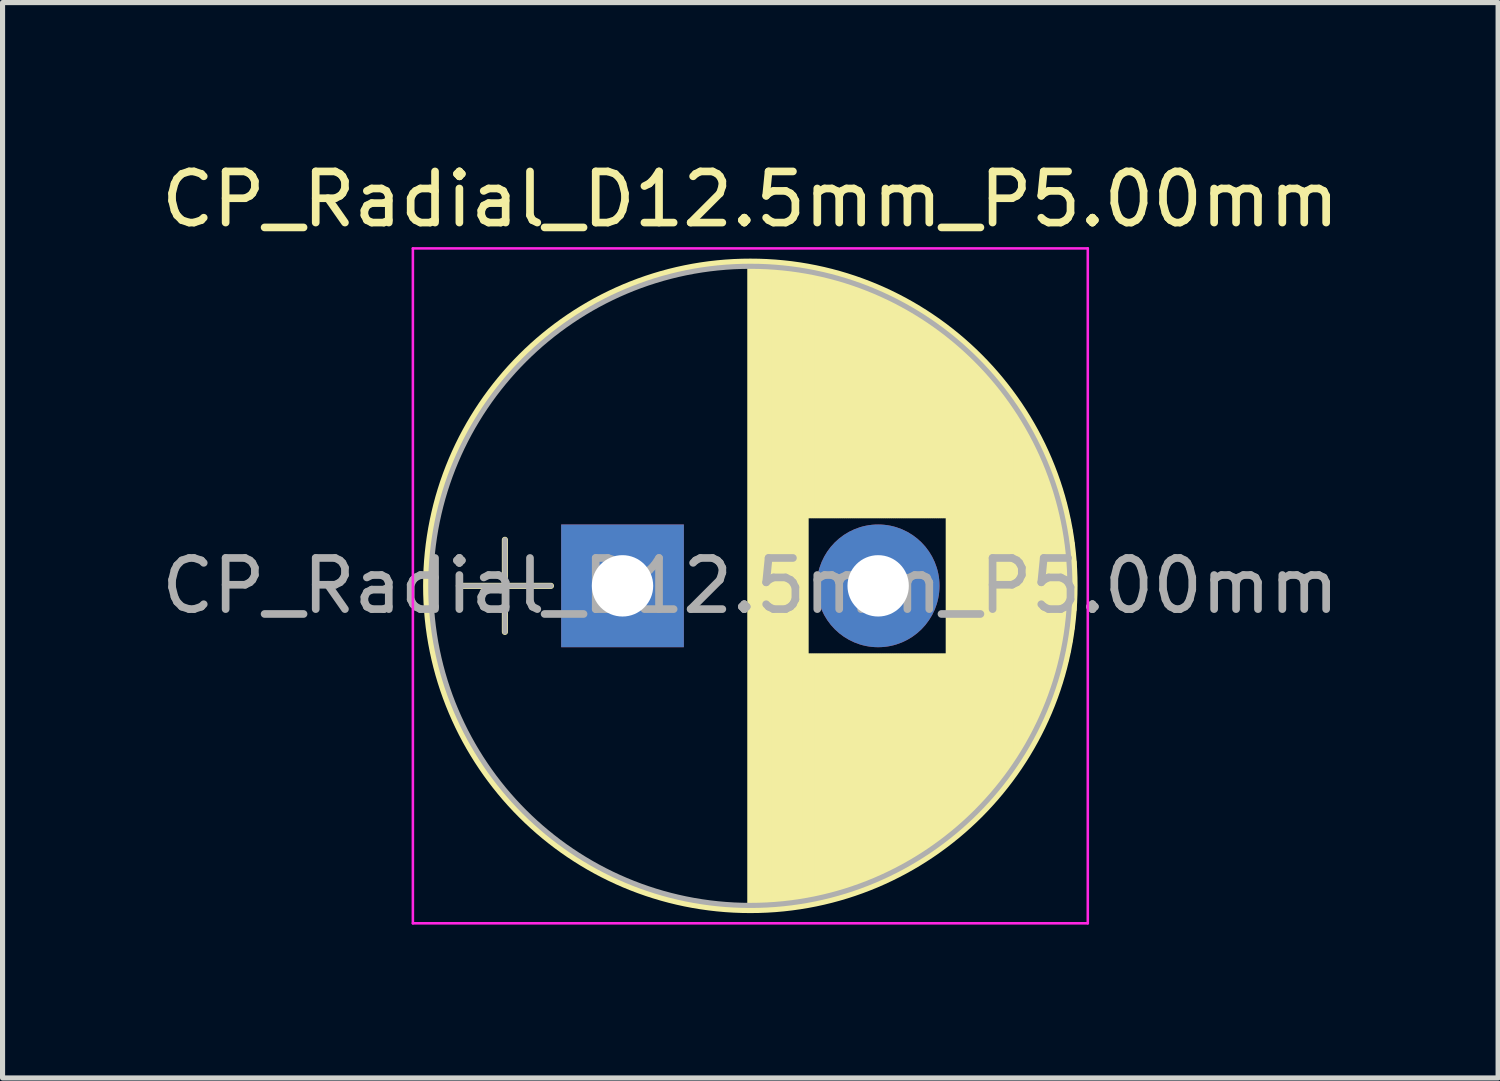
<source format=kicad_pcb>
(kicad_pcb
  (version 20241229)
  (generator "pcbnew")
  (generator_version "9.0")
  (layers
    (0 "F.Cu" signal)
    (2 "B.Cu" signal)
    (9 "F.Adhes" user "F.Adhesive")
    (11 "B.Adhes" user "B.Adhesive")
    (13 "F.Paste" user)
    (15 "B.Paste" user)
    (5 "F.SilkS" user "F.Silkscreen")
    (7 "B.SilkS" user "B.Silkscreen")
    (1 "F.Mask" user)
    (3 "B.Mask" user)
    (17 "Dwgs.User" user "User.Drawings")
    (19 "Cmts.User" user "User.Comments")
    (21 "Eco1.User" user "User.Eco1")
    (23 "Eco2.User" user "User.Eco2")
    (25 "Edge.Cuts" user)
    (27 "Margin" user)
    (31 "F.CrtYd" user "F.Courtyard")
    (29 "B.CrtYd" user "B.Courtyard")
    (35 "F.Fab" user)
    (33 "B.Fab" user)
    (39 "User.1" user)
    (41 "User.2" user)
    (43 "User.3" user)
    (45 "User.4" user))
  (footprint "CP_Radial_D12.5mm_P5.00mm"
    (layer "F.Cu")
    (at 9.125 8.408)
    (property "Reference" "CP_Radial_D12.5mm_P5.00mm" (at 2.5 -7.56 0) (layer "F.SilkS") (effects (font (size 1 1) (thickness 0.15))))
    (attr through_hole)
    (fp_line (start -3.2 0) (end -1.4 0) (stroke (width 0.12) (type solid)) (layer "F.SilkS"))
    (fp_line (start -2.3 -0.9) (end -2.3 0.9) (stroke (width 0.12) (type solid)) (layer "F.SilkS"))
    (fp_line (start 2.5 -6.3) (end 2.5 6.3) (stroke (width 0.12) (type solid)) (layer "F.SilkS"))
    (fp_line (start 2.54 -6.3) (end 2.54 6.3) (stroke (width 0.12) (type solid)) (layer "F.SilkS"))
    (fp_line (start 2.58 -6.3) (end 2.58 6.3) (stroke (width 0.12) (type solid)) (layer "F.SilkS"))
    (fp_line (start 2.62 -6.299) (end 2.62 6.299) (stroke (width 0.12) (type solid)) (layer "F.SilkS"))
    (fp_line (start 2.66 -6.298) (end 2.66 6.298) (stroke (width 0.12) (type solid)) (layer "F.SilkS"))
    (fp_line (start 2.7 -6.297) (end 2.7 6.297) (stroke (width 0.12) (type solid)) (layer "F.SilkS"))
    (fp_line (start 2.74 -6.296) (end 2.74 6.296) (stroke (width 0.12) (type solid)) (layer "F.SilkS"))
    (fp_line (start 2.78 -6.294) (end 2.78 6.294) (stroke (width 0.12) (type solid)) (layer "F.SilkS"))
    (fp_line (start 2.82 -6.292) (end 2.82 6.292) (stroke (width 0.12) (type solid)) (layer "F.SilkS"))
    (fp_line (start 2.86 -6.29) (end 2.86 6.29) (stroke (width 0.12) (type solid)) (layer "F.SilkS"))
    (fp_line (start 2.9 -6.288) (end 2.9 6.288) (stroke (width 0.12) (type solid)) (layer "F.SilkS"))
    (fp_line (start 2.94 -6.285) (end 2.94 6.285) (stroke (width 0.12) (type solid)) (layer "F.SilkS"))
    (fp_line (start 2.98 -6.282) (end 2.98 6.282) (stroke (width 0.12) (type solid)) (layer "F.SilkS"))
    (fp_line (start 3.02 -6.279) (end 3.02 6.279) (stroke (width 0.12) (type solid)) (layer "F.SilkS"))
    (fp_line (start 3.06 -6.276) (end 3.06 6.276) (stroke (width 0.12) (type solid)) (layer "F.SilkS"))
    (fp_line (start 3.1 -6.272) (end 3.1 6.272) (stroke (width 0.12) (type solid)) (layer "F.SilkS"))
    (fp_line (start 3.14 -6.268) (end 3.14 6.268) (stroke (width 0.12) (type solid)) (layer "F.SilkS"))
    (fp_line (start 3.18 -6.264) (end 3.18 6.264) (stroke (width 0.12) (type solid)) (layer "F.SilkS"))
    (fp_line (start 3.221 -6.259) (end 3.221 6.259) (stroke (width 0.12) (type solid)) (layer "F.SilkS"))
    (fp_line (start 3.261 -6.255) (end 3.261 6.255) (stroke (width 0.12) (type solid)) (layer "F.SilkS"))
    (fp_line (start 3.301 -6.25) (end 3.301 6.25) (stroke (width 0.12) (type solid)) (layer "F.SilkS"))
    (fp_line (start 3.341 -6.245) (end 3.341 6.245) (stroke (width 0.12) (type solid)) (layer "F.SilkS"))
    (fp_line (start 3.381 -6.239) (end 3.381 6.239) (stroke (width 0.12) (type solid)) (layer "F.SilkS"))
    (fp_line (start 3.421 -6.233) (end 3.421 6.233) (stroke (width 0.12) (type solid)) (layer "F.SilkS"))
    (fp_line (start 3.461 -6.227) (end 3.461 6.227) (stroke (width 0.12) (type solid)) (layer "F.SilkS"))
    (fp_line (start 3.501 -6.221) (end 3.501 6.221) (stroke (width 0.12) (type solid)) (layer "F.SilkS"))
    (fp_line (start 3.541 -6.215) (end 3.541 6.215) (stroke (width 0.12) (type solid)) (layer "F.SilkS"))
    (fp_line (start 3.581 -6.208) (end 3.581 6.208) (stroke (width 0.12) (type solid)) (layer "F.SilkS"))
    (fp_line (start 3.621 -6.201) (end 3.621 -1.38) (stroke (width 0.12) (type solid)) (layer "F.SilkS"))
    (fp_line (start 3.621 1.38) (end 3.621 6.201) (stroke (width 0.12) (type solid)) (layer "F.SilkS"))
    (fp_line (start 3.661 -6.193) (end 3.661 -1.38) (stroke (width 0.12) (type solid)) (layer "F.SilkS"))
    (fp_line (start 3.661 1.38) (end 3.661 6.193) (stroke (width 0.12) (type solid)) (layer "F.SilkS"))
    (fp_line (start 3.701 -6.186) (end 3.701 -1.38) (stroke (width 0.12) (type solid)) (layer "F.SilkS"))
    (fp_line (start 3.701 1.38) (end 3.701 6.186) (stroke (width 0.12) (type solid)) (layer "F.SilkS"))
    (fp_line (start 3.741 -6.178) (end 3.741 -1.38) (stroke (width 0.12) (type solid)) (layer "F.SilkS"))
    (fp_line (start 3.741 1.38) (end 3.741 6.178) (stroke (width 0.12) (type solid)) (layer "F.SilkS"))
    (fp_line (start 3.781 -6.17) (end 3.781 -1.38) (stroke (width 0.12) (type solid)) (layer "F.SilkS"))
    (fp_line (start 3.781 1.38) (end 3.781 6.17) (stroke (width 0.12) (type solid)) (layer "F.SilkS"))
    (fp_line (start 3.821 -6.162) (end 3.821 -1.38) (stroke (width 0.12) (type solid)) (layer "F.SilkS"))
    (fp_line (start 3.821 1.38) (end 3.821 6.162) (stroke (width 0.12) (type solid)) (layer "F.SilkS"))
    (fp_line (start 3.861 -6.153) (end 3.861 -1.38) (stroke (width 0.12) (type solid)) (layer "F.SilkS"))
    (fp_line (start 3.861 1.38) (end 3.861 6.153) (stroke (width 0.12) (type solid)) (layer "F.SilkS"))
    (fp_line (start 3.901 -6.144) (end 3.901 -1.38) (stroke (width 0.12) (type solid)) (layer "F.SilkS"))
    (fp_line (start 3.901 1.38) (end 3.901 6.144) (stroke (width 0.12) (type solid)) (layer "F.SilkS"))
    (fp_line (start 3.941 -6.135) (end 3.941 -1.38) (stroke (width 0.12) (type solid)) (layer "F.SilkS"))
    (fp_line (start 3.941 1.38) (end 3.941 6.135) (stroke (width 0.12) (type solid)) (layer "F.SilkS"))
    (fp_line (start 3.981 -6.125) (end 3.981 -1.38) (stroke (width 0.12) (type solid)) (layer "F.SilkS"))
    (fp_line (start 3.981 1.38) (end 3.981 6.125) (stroke (width 0.12) (type solid)) (layer "F.SilkS"))
    (fp_line (start 4.021 -6.116) (end 4.021 -1.38) (stroke (width 0.12) (type solid)) (layer "F.SilkS"))
    (fp_line (start 4.021 1.38) (end 4.021 6.116) (stroke (width 0.12) (type solid)) (layer "F.SilkS"))
    (fp_line (start 4.061 -6.106) (end 4.061 -1.38) (stroke (width 0.12) (type solid)) (layer "F.SilkS"))
    (fp_line (start 4.061 1.38) (end 4.061 6.106) (stroke (width 0.12) (type solid)) (layer "F.SilkS"))
    (fp_line (start 4.101 -6.095) (end 4.101 -1.38) (stroke (width 0.12) (type solid)) (layer "F.SilkS"))
    (fp_line (start 4.101 1.38) (end 4.101 6.095) (stroke (width 0.12) (type solid)) (layer "F.SilkS"))
    (fp_line (start 4.141 -6.085) (end 4.141 -1.38) (stroke (width 0.12) (type solid)) (layer "F.SilkS"))
    (fp_line (start 4.141 1.38) (end 4.141 6.085) (stroke (width 0.12) (type solid)) (layer "F.SilkS"))
    (fp_line (start 4.181 -6.074) (end 4.181 -1.38) (stroke (width 0.12) (type solid)) (layer "F.SilkS"))
    (fp_line (start 4.181 1.38) (end 4.181 6.074) (stroke (width 0.12) (type solid)) (layer "F.SilkS"))
    (fp_line (start 4.221 -6.063) (end 4.221 -1.38) (stroke (width 0.12) (type solid)) (layer "F.SilkS"))
    (fp_line (start 4.221 1.38) (end 4.221 6.063) (stroke (width 0.12) (type solid)) (layer "F.SilkS"))
    (fp_line (start 4.261 -6.051) (end 4.261 -1.38) (stroke (width 0.12) (type solid)) (layer "F.SilkS"))
    (fp_line (start 4.261 1.38) (end 4.261 6.051) (stroke (width 0.12) (type solid)) (layer "F.SilkS"))
    (fp_line (start 4.301 -6.04) (end 4.301 -1.38) (stroke (width 0.12) (type solid)) (layer "F.SilkS"))
    (fp_line (start 4.301 1.38) (end 4.301 6.04) (stroke (width 0.12) (type solid)) (layer "F.SilkS"))
    (fp_line (start 4.341 -6.028) (end 4.341 -1.38) (stroke (width 0.12) (type solid)) (layer "F.SilkS"))
    (fp_line (start 4.341 1.38) (end 4.341 6.028) (stroke (width 0.12) (type solid)) (layer "F.SilkS"))
    (fp_line (start 4.381 -6.015) (end 4.381 -1.38) (stroke (width 0.12) (type solid)) (layer "F.SilkS"))
    (fp_line (start 4.381 1.38) (end 4.381 6.015) (stroke (width 0.12) (type solid)) (layer "F.SilkS"))
    (fp_line (start 4.421 -6.003) (end 4.421 -1.38) (stroke (width 0.12) (type solid)) (layer "F.SilkS"))
    (fp_line (start 4.421 1.38) (end 4.421 6.003) (stroke (width 0.12) (type solid)) (layer "F.SilkS"))
    (fp_line (start 4.461 -5.99) (end 4.461 -1.38) (stroke (width 0.12) (type solid)) (layer "F.SilkS"))
    (fp_line (start 4.461 1.38) (end 4.461 5.99) (stroke (width 0.12) (type solid)) (layer "F.SilkS"))
    (fp_line (start 4.501 -5.977) (end 4.501 -1.38) (stroke (width 0.12) (type solid)) (layer "F.SilkS"))
    (fp_line (start 4.501 1.38) (end 4.501 5.977) (stroke (width 0.12) (type solid)) (layer "F.SilkS"))
    (fp_line (start 4.541 -5.963) (end 4.541 -1.38) (stroke (width 0.12) (type solid)) (layer "F.SilkS"))
    (fp_line (start 4.541 1.38) (end 4.541 5.963) (stroke (width 0.12) (type solid)) (layer "F.SilkS"))
    (fp_line (start 4.581 -5.95) (end 4.581 -1.38) (stroke (width 0.12) (type solid)) (layer "F.SilkS"))
    (fp_line (start 4.581 1.38) (end 4.581 5.95) (stroke (width 0.12) (type solid)) (layer "F.SilkS"))
    (fp_line (start 4.621 -5.936) (end 4.621 -1.38) (stroke (width 0.12) (type solid)) (layer "F.SilkS"))
    (fp_line (start 4.621 1.38) (end 4.621 5.936) (stroke (width 0.12) (type solid)) (layer "F.SilkS"))
    (fp_line (start 4.661 -5.921) (end 4.661 -1.38) (stroke (width 0.12) (type solid)) (layer "F.SilkS"))
    (fp_line (start 4.661 1.38) (end 4.661 5.921) (stroke (width 0.12) (type solid)) (layer "F.SilkS"))
    (fp_line (start 4.701 -5.907) (end 4.701 -1.38) (stroke (width 0.12) (type solid)) (layer "F.SilkS"))
    (fp_line (start 4.701 1.38) (end 4.701 5.907) (stroke (width 0.12) (type solid)) (layer "F.SilkS"))
    (fp_line (start 4.741 -5.892) (end 4.741 -1.38) (stroke (width 0.12) (type solid)) (layer "F.SilkS"))
    (fp_line (start 4.741 1.38) (end 4.741 5.892) (stroke (width 0.12) (type solid)) (layer "F.SilkS"))
    (fp_line (start 4.781 -5.876) (end 4.781 -1.38) (stroke (width 0.12) (type solid)) (layer "F.SilkS"))
    (fp_line (start 4.781 1.38) (end 4.781 5.876) (stroke (width 0.12) (type solid)) (layer "F.SilkS"))
    (fp_line (start 4.821 -5.861) (end 4.821 -1.38) (stroke (width 0.12) (type solid)) (layer "F.SilkS"))
    (fp_line (start 4.821 1.38) (end 4.821 5.861) (stroke (width 0.12) (type solid)) (layer "F.SilkS"))
    (fp_line (start 4.861 -5.845) (end 4.861 -1.38) (stroke (width 0.12) (type solid)) (layer "F.SilkS"))
    (fp_line (start 4.861 1.38) (end 4.861 5.845) (stroke (width 0.12) (type solid)) (layer "F.SilkS"))
    (fp_line (start 4.901 -5.829) (end 4.901 -1.38) (stroke (width 0.12) (type solid)) (layer "F.SilkS"))
    (fp_line (start 4.901 1.38) (end 4.901 5.829) (stroke (width 0.12) (type solid)) (layer "F.SilkS"))
    (fp_line (start 4.941 -5.812) (end 4.941 -1.38) (stroke (width 0.12) (type solid)) (layer "F.SilkS"))
    (fp_line (start 4.941 1.38) (end 4.941 5.812) (stroke (width 0.12) (type solid)) (layer "F.SilkS"))
    (fp_line (start 4.981 -5.795) (end 4.981 -1.38) (stroke (width 0.12) (type solid)) (layer "F.SilkS"))
    (fp_line (start 4.981 1.38) (end 4.981 5.795) (stroke (width 0.12) (type solid)) (layer "F.SilkS"))
    (fp_line (start 5.021 -5.778) (end 5.021 -1.38) (stroke (width 0.12) (type solid)) (layer "F.SilkS"))
    (fp_line (start 5.021 1.38) (end 5.021 5.778) (stroke (width 0.12) (type solid)) (layer "F.SilkS"))
    (fp_line (start 5.061 -5.761) (end 5.061 -1.38) (stroke (width 0.12) (type solid)) (layer "F.SilkS"))
    (fp_line (start 5.061 1.38) (end 5.061 5.761) (stroke (width 0.12) (type solid)) (layer "F.SilkS"))
    (fp_line (start 5.101 -5.743) (end 5.101 -1.38) (stroke (width 0.12) (type solid)) (layer "F.SilkS"))
    (fp_line (start 5.101 1.38) (end 5.101 5.743) (stroke (width 0.12) (type solid)) (layer "F.SilkS"))
    (fp_line (start 5.141 -5.725) (end 5.141 -1.38) (stroke (width 0.12) (type solid)) (layer "F.SilkS"))
    (fp_line (start 5.141 1.38) (end 5.141 5.725) (stroke (width 0.12) (type solid)) (layer "F.SilkS"))
    (fp_line (start 5.181 -5.706) (end 5.181 -1.38) (stroke (width 0.12) (type solid)) (layer "F.SilkS"))
    (fp_line (start 5.181 1.38) (end 5.181 5.706) (stroke (width 0.12) (type solid)) (layer "F.SilkS"))
    (fp_line (start 5.221 -5.687) (end 5.221 -1.38) (stroke (width 0.12) (type solid)) (layer "F.SilkS"))
    (fp_line (start 5.221 1.38) (end 5.221 5.687) (stroke (width 0.12) (type solid)) (layer "F.SilkS"))
    (fp_line (start 5.261 -5.668) (end 5.261 -1.38) (stroke (width 0.12) (type solid)) (layer "F.SilkS"))
    (fp_line (start 5.261 1.38) (end 5.261 5.668) (stroke (width 0.12) (type solid)) (layer "F.SilkS"))
    (fp_line (start 5.301 -5.649) (end 5.301 -1.38) (stroke (width 0.12) (type solid)) (layer "F.SilkS"))
    (fp_line (start 5.301 1.38) (end 5.301 5.649) (stroke (width 0.12) (type solid)) (layer "F.SilkS"))
    (fp_line (start 5.341 -5.629) (end 5.341 -1.38) (stroke (width 0.12) (type solid)) (layer "F.SilkS"))
    (fp_line (start 5.341 1.38) (end 5.341 5.629) (stroke (width 0.12) (type solid)) (layer "F.SilkS"))
    (fp_line (start 5.381 -5.609) (end 5.381 -1.38) (stroke (width 0.12) (type solid)) (layer "F.SilkS"))
    (fp_line (start 5.381 1.38) (end 5.381 5.609) (stroke (width 0.12) (type solid)) (layer "F.SilkS"))
    (fp_line (start 5.421 -5.588) (end 5.421 -1.38) (stroke (width 0.12) (type solid)) (layer "F.SilkS"))
    (fp_line (start 5.421 1.38) (end 5.421 5.588) (stroke (width 0.12) (type solid)) (layer "F.SilkS"))
    (fp_line (start 5.461 -5.567) (end 5.461 -1.38) (stroke (width 0.12) (type solid)) (layer "F.SilkS"))
    (fp_line (start 5.461 1.38) (end 5.461 5.567) (stroke (width 0.12) (type solid)) (layer "F.SilkS"))
    (fp_line (start 5.501 -5.546) (end 5.501 -1.38) (stroke (width 0.12) (type solid)) (layer "F.SilkS"))
    (fp_line (start 5.501 1.38) (end 5.501 5.546) (stroke (width 0.12) (type solid)) (layer "F.SilkS"))
    (fp_line (start 5.541 -5.524) (end 5.541 -1.38) (stroke (width 0.12) (type solid)) (layer "F.SilkS"))
    (fp_line (start 5.541 1.38) (end 5.541 5.524) (stroke (width 0.12) (type solid)) (layer "F.SilkS"))
    (fp_line (start 5.581 -5.502) (end 5.581 -1.38) (stroke (width 0.12) (type solid)) (layer "F.SilkS"))
    (fp_line (start 5.581 1.38) (end 5.581 5.502) (stroke (width 0.12) (type solid)) (layer "F.SilkS"))
    (fp_line (start 5.621 -5.48) (end 5.621 -1.38) (stroke (width 0.12) (type solid)) (layer "F.SilkS"))
    (fp_line (start 5.621 1.38) (end 5.621 5.48) (stroke (width 0.12) (type solid)) (layer "F.SilkS"))
    (fp_line (start 5.661 -5.457) (end 5.661 -1.38) (stroke (width 0.12) (type solid)) (layer "F.SilkS"))
    (fp_line (start 5.661 1.38) (end 5.661 5.457) (stroke (width 0.12) (type solid)) (layer "F.SilkS"))
    (fp_line (start 5.701 -5.434) (end 5.701 -1.38) (stroke (width 0.12) (type solid)) (layer "F.SilkS"))
    (fp_line (start 5.701 1.38) (end 5.701 5.434) (stroke (width 0.12) (type solid)) (layer "F.SilkS"))
    (fp_line (start 5.741 -5.41) (end 5.741 -1.38) (stroke (width 0.12) (type solid)) (layer "F.SilkS"))
    (fp_line (start 5.741 1.38) (end 5.741 5.41) (stroke (width 0.12) (type solid)) (layer "F.SilkS"))
    (fp_line (start 5.781 -5.386) (end 5.781 -1.38) (stroke (width 0.12) (type solid)) (layer "F.SilkS"))
    (fp_line (start 5.781 1.38) (end 5.781 5.386) (stroke (width 0.12) (type solid)) (layer "F.SilkS"))
    (fp_line (start 5.821 -5.362) (end 5.821 -1.38) (stroke (width 0.12) (type solid)) (layer "F.SilkS"))
    (fp_line (start 5.821 1.38) (end 5.821 5.362) (stroke (width 0.12) (type solid)) (layer "F.SilkS"))
    (fp_line (start 5.861 -5.337) (end 5.861 -1.38) (stroke (width 0.12) (type solid)) (layer "F.SilkS"))
    (fp_line (start 5.861 1.38) (end 5.861 5.337) (stroke (width 0.12) (type solid)) (layer "F.SilkS"))
    (fp_line (start 5.901 -5.312) (end 5.901 -1.38) (stroke (width 0.12) (type solid)) (layer "F.SilkS"))
    (fp_line (start 5.901 1.38) (end 5.901 5.312) (stroke (width 0.12) (type solid)) (layer "F.SilkS"))
    (fp_line (start 5.941 -5.286) (end 5.941 -1.38) (stroke (width 0.12) (type solid)) (layer "F.SilkS"))
    (fp_line (start 5.941 1.38) (end 5.941 5.286) (stroke (width 0.12) (type solid)) (layer "F.SilkS"))
    (fp_line (start 5.981 -5.26) (end 5.981 -1.38) (stroke (width 0.12) (type solid)) (layer "F.SilkS"))
    (fp_line (start 5.981 1.38) (end 5.981 5.26) (stroke (width 0.12) (type solid)) (layer "F.SilkS"))
    (fp_line (start 6.021 -5.234) (end 6.021 -1.38) (stroke (width 0.12) (type solid)) (layer "F.SilkS"))
    (fp_line (start 6.021 1.38) (end 6.021 5.234) (stroke (width 0.12) (type solid)) (layer "F.SilkS"))
    (fp_line (start 6.061 -5.207) (end 6.061 -1.38) (stroke (width 0.12) (type solid)) (layer "F.SilkS"))
    (fp_line (start 6.061 1.38) (end 6.061 5.207) (stroke (width 0.12) (type solid)) (layer "F.SilkS"))
    (fp_line (start 6.101 -5.179) (end 6.101 -1.38) (stroke (width 0.12) (type solid)) (layer "F.SilkS"))
    (fp_line (start 6.101 1.38) (end 6.101 5.179) (stroke (width 0.12) (type solid)) (layer "F.SilkS"))
    (fp_line (start 6.141 -5.151) (end 6.141 -1.38) (stroke (width 0.12) (type solid)) (layer "F.SilkS"))
    (fp_line (start 6.141 1.38) (end 6.141 5.151) (stroke (width 0.12) (type solid)) (layer "F.SilkS"))
    (fp_line (start 6.181 -5.123) (end 6.181 -1.38) (stroke (width 0.12) (type solid)) (layer "F.SilkS"))
    (fp_line (start 6.181 1.38) (end 6.181 5.123) (stroke (width 0.12) (type solid)) (layer "F.SilkS"))
    (fp_line (start 6.221 -5.094) (end 6.221 -1.38) (stroke (width 0.12) (type solid)) (layer "F.SilkS"))
    (fp_line (start 6.221 1.38) (end 6.221 5.094) (stroke (width 0.12) (type solid)) (layer "F.SilkS"))
    (fp_line (start 6.261 -5.065) (end 6.261 -1.38) (stroke (width 0.12) (type solid)) (layer "F.SilkS"))
    (fp_line (start 6.261 1.38) (end 6.261 5.065) (stroke (width 0.12) (type solid)) (layer "F.SilkS"))
    (fp_line (start 6.301 -5.035) (end 6.301 -1.38) (stroke (width 0.12) (type solid)) (layer "F.SilkS"))
    (fp_line (start 6.301 1.38) (end 6.301 5.035) (stroke (width 0.12) (type solid)) (layer "F.SilkS"))
    (fp_line (start 6.341 -5.005) (end 6.341 -1.38) (stroke (width 0.12) (type solid)) (layer "F.SilkS"))
    (fp_line (start 6.341 1.38) (end 6.341 5.005) (stroke (width 0.12) (type solid)) (layer "F.SilkS"))
    (fp_line (start 6.381 -4.975) (end 6.381 4.975) (stroke (width 0.12) (type solid)) (layer "F.SilkS"))
    (fp_line (start 6.421 -4.943) (end 6.421 4.943) (stroke (width 0.12) (type solid)) (layer "F.SilkS"))
    (fp_line (start 6.461 -4.912) (end 6.461 4.912) (stroke (width 0.12) (type solid)) (layer "F.SilkS"))
    (fp_line (start 6.501 -4.879) (end 6.501 4.879) (stroke (width 0.12) (type solid)) (layer "F.SilkS"))
    (fp_line (start 6.541 -4.847) (end 6.541 4.847) (stroke (width 0.12) (type solid)) (layer "F.SilkS"))
    (fp_line (start 6.581 -4.813) (end 6.581 4.813) (stroke (width 0.12) (type solid)) (layer "F.SilkS"))
    (fp_line (start 6.621 -4.779) (end 6.621 4.779) (stroke (width 0.12) (type solid)) (layer "F.SilkS"))
    (fp_line (start 6.661 -4.745) (end 6.661 4.745) (stroke (width 0.12) (type solid)) (layer "F.SilkS"))
    (fp_line (start 6.701 -4.71) (end 6.701 4.71) (stroke (width 0.12) (type solid)) (layer "F.SilkS"))
    (fp_line (start 6.741 -4.674) (end 6.741 4.674) (stroke (width 0.12) (type solid)) (layer "F.SilkS"))
    (fp_line (start 6.781 -4.638) (end 6.781 4.638) (stroke (width 0.12) (type solid)) (layer "F.SilkS"))
    (fp_line (start 6.821 -4.601) (end 6.821 4.601) (stroke (width 0.12) (type solid)) (layer "F.SilkS"))
    (fp_line (start 6.861 -4.563) (end 6.861 4.563) (stroke (width 0.12) (type solid)) (layer "F.SilkS"))
    (fp_line (start 6.901 -4.525) (end 6.901 4.525) (stroke (width 0.12) (type solid)) (layer "F.SilkS"))
    (fp_line (start 6.941 -4.486) (end 6.941 4.486) (stroke (width 0.12) (type solid)) (layer "F.SilkS"))
    (fp_line (start 6.981 -4.447) (end 6.981 4.447) (stroke (width 0.12) (type solid)) (layer "F.SilkS"))
    (fp_line (start 7.021 -4.406) (end 7.021 4.406) (stroke (width 0.12) (type solid)) (layer "F.SilkS"))
    (fp_line (start 7.061 -4.365) (end 7.061 4.365) (stroke (width 0.12) (type solid)) (layer "F.SilkS"))
    (fp_line (start 7.101 -4.323) (end 7.101 4.323) (stroke (width 0.12) (type solid)) (layer "F.SilkS"))
    (fp_line (start 7.141 -4.281) (end 7.141 4.281) (stroke (width 0.12) (type solid)) (layer "F.SilkS"))
    (fp_line (start 7.181 -4.238) (end 7.181 4.238) (stroke (width 0.12) (type solid)) (layer "F.SilkS"))
    (fp_line (start 7.221 -4.193) (end 7.221 4.193) (stroke (width 0.12) (type solid)) (layer "F.SilkS"))
    (fp_line (start 7.261 -4.148) (end 7.261 4.148) (stroke (width 0.12) (type solid)) (layer "F.SilkS"))
    (fp_line (start 7.301 -4.102) (end 7.301 4.102) (stroke (width 0.12) (type solid)) (layer "F.SilkS"))
    (fp_line (start 7.341 -4.056) (end 7.341 4.056) (stroke (width 0.12) (type solid)) (layer "F.SilkS"))
    (fp_line (start 7.381 -4.008) (end 7.381 4.008) (stroke (width 0.12) (type solid)) (layer "F.SilkS"))
    (fp_line (start 7.421 -3.959) (end 7.421 3.959) (stroke (width 0.12) (type solid)) (layer "F.SilkS"))
    (fp_line (start 7.461 -3.909) (end 7.461 3.909) (stroke (width 0.12) (type solid)) (layer "F.SilkS"))
    (fp_line (start 7.501 -3.859) (end 7.501 3.859) (stroke (width 0.12) (type solid)) (layer "F.SilkS"))
    (fp_line (start 7.541 -3.807) (end 7.541 3.807) (stroke (width 0.12) (type solid)) (layer "F.SilkS"))
    (fp_line (start 7.581 -3.754) (end 7.581 3.754) (stroke (width 0.12) (type solid)) (layer "F.SilkS"))
    (fp_line (start 7.621 -3.7) (end 7.621 3.7) (stroke (width 0.12) (type solid)) (layer "F.SilkS"))
    (fp_line (start 7.661 -3.644) (end 7.661 3.644) (stroke (width 0.12) (type solid)) (layer "F.SilkS"))
    (fp_line (start 7.701 -3.588) (end 7.701 3.588) (stroke (width 0.12) (type solid)) (layer "F.SilkS"))
    (fp_line (start 7.741 -3.53) (end 7.741 3.53) (stroke (width 0.12) (type solid)) (layer "F.SilkS"))
    (fp_line (start 7.781 -3.47) (end 7.781 3.47) (stroke (width 0.12) (type solid)) (layer "F.SilkS"))
    (fp_line (start 7.821 -3.409) (end 7.821 3.409) (stroke (width 0.12) (type solid)) (layer "F.SilkS"))
    (fp_line (start 7.861 -3.347) (end 7.861 3.347) (stroke (width 0.12) (type solid)) (layer "F.SilkS"))
    (fp_line (start 7.901 -3.282) (end 7.901 3.282) (stroke (width 0.12) (type solid)) (layer "F.SilkS"))
    (fp_line (start 7.941 -3.217) (end 7.941 3.217) (stroke (width 0.12) (type solid)) (layer "F.SilkS"))
    (fp_line (start 7.981 -3.149) (end 7.981 3.149) (stroke (width 0.12) (type solid)) (layer "F.SilkS"))
    (fp_line (start 8.021 -3.079) (end 8.021 3.079) (stroke (width 0.12) (type solid)) (layer "F.SilkS"))
    (fp_line (start 8.061 -3.007) (end 8.061 3.007) (stroke (width 0.12) (type solid)) (layer "F.SilkS"))
    (fp_line (start 8.101 -2.933) (end 8.101 2.933) (stroke (width 0.12) (type solid)) (layer "F.SilkS"))
    (fp_line (start 8.141 -2.856) (end 8.141 2.856) (stroke (width 0.12) (type solid)) (layer "F.SilkS"))
    (fp_line (start 8.181 -2.777) (end 8.181 2.777) (stroke (width 0.12) (type solid)) (layer "F.SilkS"))
    (fp_line (start 8.221 -2.695) (end 8.221 2.695) (stroke (width 0.12) (type solid)) (layer "F.SilkS"))
    (fp_line (start 8.261 -2.61) (end 8.261 2.61) (stroke (width 0.12) (type solid)) (layer "F.SilkS"))
    (fp_line (start 8.301 -2.521) (end 8.301 2.521) (stroke (width 0.12) (type solid)) (layer "F.SilkS"))
    (fp_line (start 8.341 -2.428) (end 8.341 2.428) (stroke (width 0.12) (type solid)) (layer "F.SilkS"))
    (fp_line (start 8.381 -2.331) (end 8.381 2.331) (stroke (width 0.12) (type solid)) (layer "F.SilkS"))
    (fp_line (start 8.421 -2.23) (end 8.421 2.23) (stroke (width 0.12) (type solid)) (layer "F.SilkS"))
    (fp_line (start 8.461 -2.122) (end 8.461 2.122) (stroke (width 0.12) (type solid)) (layer "F.SilkS"))
    (fp_line (start 8.501 -2.009) (end 8.501 2.009) (stroke (width 0.12) (type solid)) (layer "F.SilkS"))
    (fp_line (start 8.541 -1.888) (end 8.541 1.888) (stroke (width 0.12) (type solid)) (layer "F.SilkS"))
    (fp_line (start 8.581 -1.757) (end 8.581 1.757) (stroke (width 0.12) (type solid)) (layer "F.SilkS"))
    (fp_line (start 8.621 -1.616) (end 8.621 1.616) (stroke (width 0.12) (type solid)) (layer "F.SilkS"))
    (fp_line (start 8.661 -1.46) (end 8.661 1.46) (stroke (width 0.12) (type solid)) (layer "F.SilkS"))
    (fp_line (start 8.701 -1.285) (end 8.701 1.285) (stroke (width 0.12) (type solid)) (layer "F.SilkS"))
    (fp_line (start 8.741 -1.082) (end 8.741 1.082) (stroke (width 0.12) (type solid)) (layer "F.SilkS"))
    (fp_line (start 8.781 -0.831) (end 8.781 0.831) (stroke (width 0.12) (type solid)) (layer "F.SilkS"))
    (fp_line (start 8.821 -0.464) (end 8.821 0.464) (stroke (width 0.12) (type solid)) (layer "F.SilkS"))
    (fp_circle (center 2.5 0) (end 8.84 0) (stroke (width 0.12) (type solid)) (fill no) (layer "F.SilkS"))
    (fp_line (start -4.1 -6.6) (end -4.1 6.6) (stroke (width 0.05) (type solid)) (layer "F.CrtYd"))
    (fp_line (start -4.1 6.6) (end 9.1 6.6) (stroke (width 0.05) (type solid)) (layer "F.CrtYd"))
    (fp_line (start 9.1 -6.6) (end -4.1 -6.6) (stroke (width 0.05) (type solid)) (layer "F.CrtYd"))
    (fp_line (start 9.1 6.6) (end 9.1 -6.6) (stroke (width 0.05) (type solid)) (layer "F.CrtYd"))
    (fp_line (start -3.2 0) (end -1.4 0) (stroke (width 0.1) (type solid)) (layer "F.Fab"))
    (fp_line (start -2.3 -0.9) (end -2.3 0.9) (stroke (width 0.1) (type solid)) (layer "F.Fab"))
    (fp_circle (center 2.5 0) (end 8.75 0) (stroke (width 0.1) (type solid)) (fill no) (layer "F.Fab"))
    (fp_text user "${REFERENCE}" (at 2.5 0 0) (layer "F.Fab") (effects (font (size 1 1) (thickness 0.15))))
    (pad "1" thru_hole rect (at 0 0) (size 2.4 2.4) (drill 1.2) (layers "*.Cu" "*.Mask"))
    (pad "2" thru_hole circle (at 5 0) (size 2.4 2.4) (drill 1.2) (layers "*.Cu" "*.Mask")))
  (gr_rect
    (start -3 -3)
    (end 26.25 18.033)
    (stroke (width 0.1) (type default))
    (fill no)
    (layer "Edge.Cuts")))
</source>
